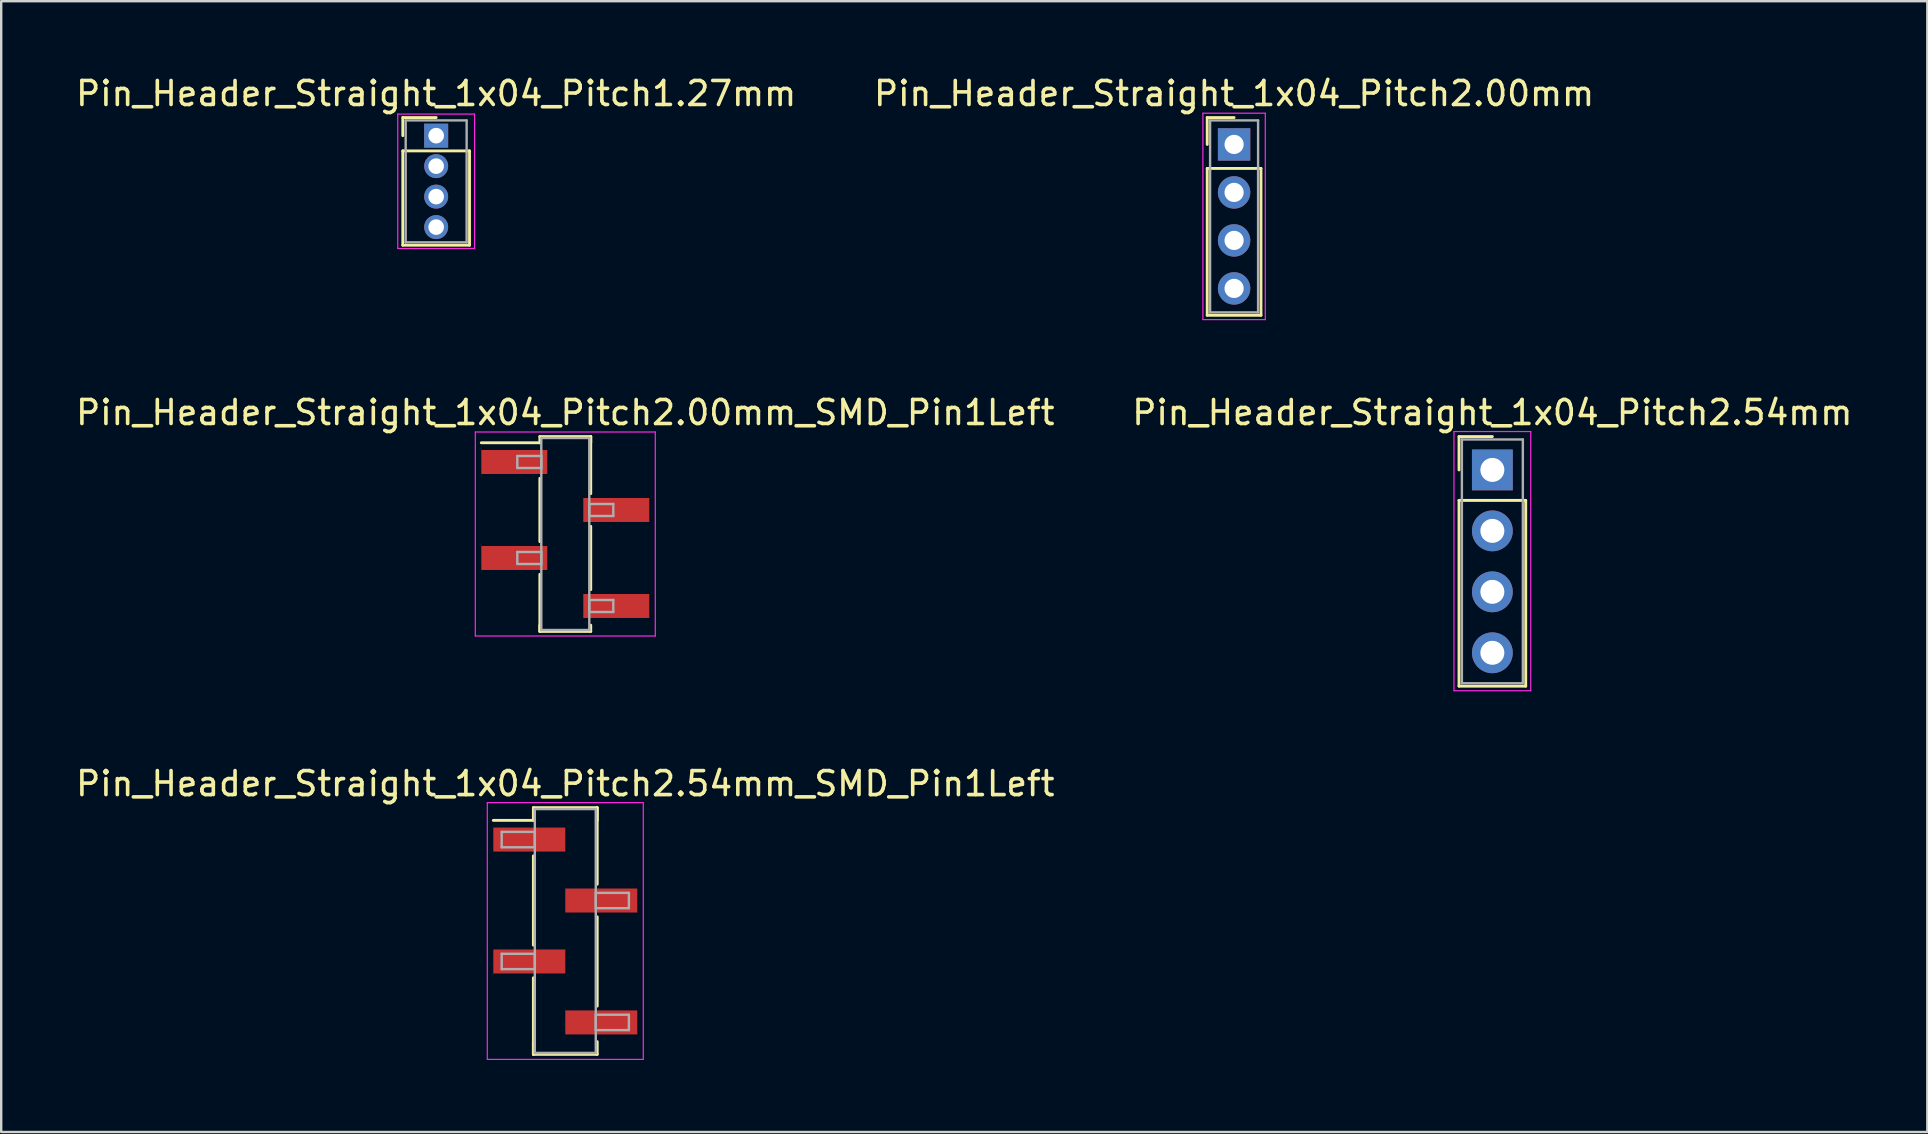
<source format=kicad_pcb>
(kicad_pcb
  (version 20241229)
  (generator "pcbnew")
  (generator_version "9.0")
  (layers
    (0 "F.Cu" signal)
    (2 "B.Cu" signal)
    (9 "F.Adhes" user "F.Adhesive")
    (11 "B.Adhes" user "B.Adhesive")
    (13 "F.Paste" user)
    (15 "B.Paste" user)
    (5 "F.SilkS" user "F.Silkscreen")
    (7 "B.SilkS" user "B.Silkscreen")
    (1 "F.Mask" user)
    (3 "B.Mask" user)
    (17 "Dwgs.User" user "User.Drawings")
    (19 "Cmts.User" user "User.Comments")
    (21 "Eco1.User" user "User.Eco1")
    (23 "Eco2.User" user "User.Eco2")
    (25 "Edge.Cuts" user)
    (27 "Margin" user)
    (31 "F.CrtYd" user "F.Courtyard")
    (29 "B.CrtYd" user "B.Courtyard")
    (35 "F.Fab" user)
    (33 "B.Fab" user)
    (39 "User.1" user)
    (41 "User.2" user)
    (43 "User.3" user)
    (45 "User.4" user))
  (footprint "Pin_Header_Straight_1x04_Pitch2.54mm_SMD_Pin1Left"
    (layer "F.Cu")
    (at 20.506 35.745)
    (property "Reference" "Pin_Header_Straight_1x04_Pitch2.54mm_SMD_Pin1Left" (at 0 -6.14 0) (layer "F.SilkS") (effects (font (size 1 1) (thickness 0.15))))
    (attr smd)
    (fp_line (start -1.33 -5.14) (end 1.33 -5.14) (stroke (width 0.12) (type solid)) (layer "F.SilkS"))
    (fp_line (start -1.33 -4.61) (end -3 -4.61) (stroke (width 0.12) (type solid)) (layer "F.SilkS"))
    (fp_line (start -1.33 -4.61) (end -1.33 -5.14) (stroke (width 0.12) (type solid)) (layer "F.SilkS"))
    (fp_line (start -1.33 -3.13) (end -1.33 0.59) (stroke (width 0.12) (type solid)) (layer "F.SilkS"))
    (fp_line (start -1.33 1.95) (end -1.33 5.14) (stroke (width 0.12) (type solid)) (layer "F.SilkS"))
    (fp_line (start -1.33 4.61) (end -1.33 5.14) (stroke (width 0.12) (type solid)) (layer "F.SilkS"))
    (fp_line (start -1.33 5.14) (end 1.33 5.14) (stroke (width 0.12) (type solid)) (layer "F.SilkS"))
    (fp_line (start 1.33 -5.14) (end 1.33 -4.61) (stroke (width 0.12) (type solid)) (layer "F.SilkS"))
    (fp_line (start 1.33 -5.14) (end 1.33 -1.95) (stroke (width 0.12) (type solid)) (layer "F.SilkS"))
    (fp_line (start 1.33 -0.59) (end 1.33 3.13) (stroke (width 0.12) (type solid)) (layer "F.SilkS"))
    (fp_line (start 1.33 5.14) (end 1.33 4.61) (stroke (width 0.12) (type solid)) (layer "F.SilkS"))
    (fp_line (start -3.25 -5.35) (end -3.25 5.35) (stroke (width 0.05) (type solid)) (layer "F.CrtYd"))
    (fp_line (start -3.25 5.35) (end 3.25 5.35) (stroke (width 0.05) (type solid)) (layer "F.CrtYd"))
    (fp_line (start 3.25 -5.35) (end -3.25 -5.35) (stroke (width 0.05) (type solid)) (layer "F.CrtYd"))
    (fp_line (start 3.25 5.35) (end 3.25 -5.35) (stroke (width 0.05) (type solid)) (layer "F.CrtYd"))
    (fp_line (start -2.65 -4.13) (end -1.27 -4.13) (stroke (width 0.1) (type solid)) (layer "F.Fab"))
    (fp_line (start -2.65 -3.49) (end -2.65 -4.13) (stroke (width 0.1) (type solid)) (layer "F.Fab"))
    (fp_line (start -2.65 0.95) (end -1.27 0.95) (stroke (width 0.1) (type solid)) (layer "F.Fab"))
    (fp_line (start -2.65 1.59) (end -2.65 0.95) (stroke (width 0.1) (type solid)) (layer "F.Fab"))
    (fp_line (start -1.27 -5.08) (end -1.27 5.08) (stroke (width 0.1) (type solid)) (layer "F.Fab"))
    (fp_line (start -1.27 -4.13) (end -1.27 -3.49) (stroke (width 0.1) (type solid)) (layer "F.Fab"))
    (fp_line (start -1.27 -3.49) (end -2.65 -3.49) (stroke (width 0.1) (type solid)) (layer "F.Fab"))
    (fp_line (start -1.27 0.95) (end -1.27 1.59) (stroke (width 0.1) (type solid)) (layer "F.Fab"))
    (fp_line (start -1.27 1.59) (end -2.65 1.59) (stroke (width 0.1) (type solid)) (layer "F.Fab"))
    (fp_line (start -1.27 5.08) (end 1.27 5.08) (stroke (width 0.1) (type solid)) (layer "F.Fab"))
    (fp_line (start 1.27 -5.08) (end -1.27 -5.08) (stroke (width 0.1) (type solid)) (layer "F.Fab"))
    (fp_line (start 1.27 -1.59) (end 1.27 -0.95) (stroke (width 0.1) (type solid)) (layer "F.Fab"))
    (fp_line (start 1.27 -0.95) (end 2.65 -0.95) (stroke (width 0.1) (type solid)) (layer "F.Fab"))
    (fp_line (start 1.27 3.49) (end 1.27 4.13) (stroke (width 0.1) (type solid)) (layer "F.Fab"))
    (fp_line (start 1.27 4.13) (end 2.65 4.13) (stroke (width 0.1) (type solid)) (layer "F.Fab"))
    (fp_line (start 1.27 5.08) (end 1.27 -5.08) (stroke (width 0.1) (type solid)) (layer "F.Fab"))
    (fp_line (start 2.65 -1.59) (end 1.27 -1.59) (stroke (width 0.1) (type solid)) (layer "F.Fab"))
    (fp_line (start 2.65 -0.95) (end 2.65 -1.59) (stroke (width 0.1) (type solid)) (layer "F.Fab"))
    (fp_line (start 2.65 3.49) (end 1.27 3.49) (stroke (width 0.1) (type solid)) (layer "F.Fab"))
    (fp_line (start 2.65 4.13) (end 2.65 3.49) (stroke (width 0.1) (type solid)) (layer "F.Fab"))
    (pad "1" smd rect (at -1.5 -3.81) (size 3 1) (layers "F.Cu" "F.Mask"))
    (pad "2" smd rect (at 1.5 -1.27) (size 3 1) (layers "F.Cu" "F.Mask"))
    (pad "3" smd rect (at -1.5 1.27) (size 3 1) (layers "F.Cu" "F.Mask"))
    (pad "4" smd rect (at 1.5 3.81) (size 3 1) (layers "F.Cu" "F.Mask")))
  (footprint "Pin_Header_Straight_1x04_Pitch2.00mm_SMD_Pin1Left"
    (layer "F.Cu")
    (at 20.506 19.201)
    (property "Reference" "Pin_Header_Straight_1x04_Pitch2.00mm_SMD_Pin1Left" (at 0 -5.06 0) (layer "F.SilkS") (effects (font (size 1 1) (thickness 0.15))))
    (attr smd)
    (fp_line (start -1.06 -4.06) (end 1.06 -4.06) (stroke (width 0.12) (type solid)) (layer "F.SilkS"))
    (fp_line (start -1.06 -3.8) (end -3.5 -3.8) (stroke (width 0.12) (type solid)) (layer "F.SilkS"))
    (fp_line (start -1.06 -3.8) (end -1.06 -4.06) (stroke (width 0.12) (type solid)) (layer "F.SilkS"))
    (fp_line (start -1.06 -2.32) (end -1.06 0.32) (stroke (width 0.12) (type solid)) (layer "F.SilkS"))
    (fp_line (start -1.06 1.68) (end -1.06 4.06) (stroke (width 0.12) (type solid)) (layer "F.SilkS"))
    (fp_line (start -1.06 3.8) (end -1.06 4.06) (stroke (width 0.12) (type solid)) (layer "F.SilkS"))
    (fp_line (start -1.06 4.06) (end 1.06 4.06) (stroke (width 0.12) (type solid)) (layer "F.SilkS"))
    (fp_line (start 1.06 -4.06) (end 1.06 -3.8) (stroke (width 0.12) (type solid)) (layer "F.SilkS"))
    (fp_line (start 1.06 -4.06) (end 1.06 -1.68) (stroke (width 0.12) (type solid)) (layer "F.SilkS"))
    (fp_line (start 1.06 -0.32) (end 1.06 2.32) (stroke (width 0.12) (type solid)) (layer "F.SilkS"))
    (fp_line (start 1.06 4.06) (end 1.06 3.8) (stroke (width 0.12) (type solid)) (layer "F.SilkS"))
    (fp_line (start -3.75 -4.25) (end -3.75 4.25) (stroke (width 0.05) (type solid)) (layer "F.CrtYd"))
    (fp_line (start -3.75 4.25) (end 3.75 4.25) (stroke (width 0.05) (type solid)) (layer "F.CrtYd"))
    (fp_line (start 3.75 -4.25) (end -3.75 -4.25) (stroke (width 0.05) (type solid)) (layer "F.CrtYd"))
    (fp_line (start 3.75 4.25) (end 3.75 -4.25) (stroke (width 0.05) (type solid)) (layer "F.CrtYd"))
    (fp_line (start -2 -3.25) (end -1 -3.25) (stroke (width 0.1) (type solid)) (layer "F.Fab"))
    (fp_line (start -2 -2.75) (end -2 -3.25) (stroke (width 0.1) (type solid)) (layer "F.Fab"))
    (fp_line (start -2 0.75) (end -1 0.75) (stroke (width 0.1) (type solid)) (layer "F.Fab"))
    (fp_line (start -2 1.25) (end -2 0.75) (stroke (width 0.1) (type solid)) (layer "F.Fab"))
    (fp_line (start -1 -4) (end -1 4) (stroke (width 0.1) (type solid)) (layer "F.Fab"))
    (fp_line (start -1 -3.25) (end -1 -2.75) (stroke (width 0.1) (type solid)) (layer "F.Fab"))
    (fp_line (start -1 -2.75) (end -2 -2.75) (stroke (width 0.1) (type solid)) (layer "F.Fab"))
    (fp_line (start -1 0.75) (end -1 1.25) (stroke (width 0.1) (type solid)) (layer "F.Fab"))
    (fp_line (start -1 1.25) (end -2 1.25) (stroke (width 0.1) (type solid)) (layer "F.Fab"))
    (fp_line (start -1 4) (end 1 4) (stroke (width 0.1) (type solid)) (layer "F.Fab"))
    (fp_line (start 1 -4) (end -1 -4) (stroke (width 0.1) (type solid)) (layer "F.Fab"))
    (fp_line (start 1 -1.25) (end 1 -0.75) (stroke (width 0.1) (type solid)) (layer "F.Fab"))
    (fp_line (start 1 -0.75) (end 2 -0.75) (stroke (width 0.1) (type solid)) (layer "F.Fab"))
    (fp_line (start 1 2.75) (end 1 3.25) (stroke (width 0.1) (type solid)) (layer "F.Fab"))
    (fp_line (start 1 3.25) (end 2 3.25) (stroke (width 0.1) (type solid)) (layer "F.Fab"))
    (fp_line (start 1 4) (end 1 -4) (stroke (width 0.1) (type solid)) (layer "F.Fab"))
    (fp_line (start 2 -1.25) (end 1 -1.25) (stroke (width 0.1) (type solid)) (layer "F.Fab"))
    (fp_line (start 2 -0.75) (end 2 -1.25) (stroke (width 0.1) (type solid)) (layer "F.Fab"))
    (fp_line (start 2 2.75) (end 1 2.75) (stroke (width 0.1) (type solid)) (layer "F.Fab"))
    (fp_line (start 2 3.25) (end 2 2.75) (stroke (width 0.1) (type solid)) (layer "F.Fab"))
    (pad "1" smd rect (at -2.125 -3) (size 2.75 1) (layers "F.Cu" "F.Mask"))
    (pad "2" smd rect (at 2.125 -1) (size 2.75 1) (layers "F.Cu" "F.Mask"))
    (pad "3" smd rect (at -2.125 1) (size 2.75 1) (layers "F.Cu" "F.Mask"))
    (pad "4" smd rect (at 2.125 3) (size 2.75 1) (layers "F.Cu" "F.Mask")))
  (footprint "Pin_Header_Straight_1x04_Pitch2.00mm"
    (layer "F.Cu")
    (at 48.375 2.968)
    (property "Reference" "Pin_Header_Straight_1x04_Pitch2.00mm" (at 0 -2.12 0) (layer "F.SilkS") (effects (font (size 1 1) (thickness 0.15))))
    (attr through_hole)
    (fp_line (start -1.12 -1.12) (end 0 -1.12) (stroke (width 0.12) (type solid)) (layer "F.SilkS"))
    (fp_line (start -1.12 0) (end -1.12 -1.12) (stroke (width 0.12) (type solid)) (layer "F.SilkS"))
    (fp_line (start -1.12 1) (end -1.12 7.12) (stroke (width 0.12) (type solid)) (layer "F.SilkS"))
    (fp_line (start -1.12 7.12) (end 1.12 7.12) (stroke (width 0.12) (type solid)) (layer "F.SilkS"))
    (fp_line (start 1.12 1) (end -1.12 1) (stroke (width 0.12) (type solid)) (layer "F.SilkS"))
    (fp_line (start 1.12 7.12) (end 1.12 1) (stroke (width 0.12) (type solid)) (layer "F.SilkS"))
    (fp_line (start -1.3 -1.3) (end -1.3 7.3) (stroke (width 0.05) (type solid)) (layer "F.CrtYd"))
    (fp_line (start -1.3 7.3) (end 1.3 7.3) (stroke (width 0.05) (type solid)) (layer "F.CrtYd"))
    (fp_line (start 1.3 -1.3) (end -1.3 -1.3) (stroke (width 0.05) (type solid)) (layer "F.CrtYd"))
    (fp_line (start 1.3 7.3) (end 1.3 -1.3) (stroke (width 0.05) (type solid)) (layer "F.CrtYd"))
    (fp_line (start -1 -1) (end -1 7) (stroke (width 0.1) (type solid)) (layer "F.Fab"))
    (fp_line (start -1 7) (end 1 7) (stroke (width 0.1) (type solid)) (layer "F.Fab"))
    (fp_line (start 1 -1) (end -1 -1) (stroke (width 0.1) (type solid)) (layer "F.Fab"))
    (fp_line (start 1 7) (end 1 -1) (stroke (width 0.1) (type solid)) (layer "F.Fab"))
    (pad "1" thru_hole rect (at 0 0) (size 1.35 1.35) (drill 0.8) (layers "*.Cu" "*.Mask"))
    (pad "2" thru_hole oval (at 0 2) (size 1.35 1.35) (drill 0.8) (layers "*.Cu" "*.Mask"))
    (pad "3" thru_hole oval (at 0 4) (size 1.35 1.35) (drill 0.8) (layers "*.Cu" "*.Mask"))
    (pad "4" thru_hole oval (at 0 6) (size 1.35 1.35) (drill 0.8) (layers "*.Cu" "*.Mask")))
  (footprint "Pin_Header_Straight_1x04_Pitch2.54mm"
    (layer "F.Cu")
    (at 59.137 16.532)
    (property "Reference" "Pin_Header_Straight_1x04_Pitch2.54mm" (at 0 -2.39 0) (layer "F.SilkS") (effects (font (size 1 1) (thickness 0.15))))
    (attr through_hole)
    (fp_line (start -1.39 -1.39) (end 0 -1.39) (stroke (width 0.12) (type solid)) (layer "F.SilkS"))
    (fp_line (start -1.39 0) (end -1.39 -1.39) (stroke (width 0.12) (type solid)) (layer "F.SilkS"))
    (fp_line (start -1.39 1.27) (end -1.39 9.01) (stroke (width 0.12) (type solid)) (layer "F.SilkS"))
    (fp_line (start -1.39 9.01) (end 1.39 9.01) (stroke (width 0.12) (type solid)) (layer "F.SilkS"))
    (fp_line (start 1.39 1.27) (end -1.39 1.27) (stroke (width 0.12) (type solid)) (layer "F.SilkS"))
    (fp_line (start 1.39 9.01) (end 1.39 1.27) (stroke (width 0.12) (type solid)) (layer "F.SilkS"))
    (fp_line (start -1.6 -1.6) (end -1.6 9.2) (stroke (width 0.05) (type solid)) (layer "F.CrtYd"))
    (fp_line (start -1.6 9.2) (end 1.6 9.2) (stroke (width 0.05) (type solid)) (layer "F.CrtYd"))
    (fp_line (start 1.6 -1.6) (end -1.6 -1.6) (stroke (width 0.05) (type solid)) (layer "F.CrtYd"))
    (fp_line (start 1.6 9.2) (end 1.6 -1.6) (stroke (width 0.05) (type solid)) (layer "F.CrtYd"))
    (fp_line (start -1.27 -1.27) (end -1.27 8.89) (stroke (width 0.1) (type solid)) (layer "F.Fab"))
    (fp_line (start -1.27 8.89) (end 1.27 8.89) (stroke (width 0.1) (type solid)) (layer "F.Fab"))
    (fp_line (start 1.27 -1.27) (end -1.27 -1.27) (stroke (width 0.1) (type solid)) (layer "F.Fab"))
    (fp_line (start 1.27 8.89) (end 1.27 -1.27) (stroke (width 0.1) (type solid)) (layer "F.Fab"))
    (pad "1" thru_hole rect (at 0 0) (size 1.7 1.7) (drill 1) (layers "*.Cu" "*.Mask"))
    (pad "2" thru_hole oval (at 0 2.54) (size 1.7 1.7) (drill 1) (layers "*.Cu" "*.Mask"))
    (pad "3" thru_hole oval (at 0 5.08) (size 1.7 1.7) (drill 1) (layers "*.Cu" "*.Mask"))
    (pad "4" thru_hole oval (at 0 7.62) (size 1.7 1.7) (drill 1) (layers "*.Cu" "*.Mask")))
  (footprint "Pin_Header_Straight_1x04_Pitch1.27mm"
    (layer "F.Cu")
    (at 15.125 2.603)
    (property "Reference" "Pin_Header_Straight_1x04_Pitch1.27mm" (at 0 -1.755 0) (layer "F.SilkS") (effects (font (size 1 1) (thickness 0.15))))
    (attr through_hole)
    (fp_line (start -1.39 -0.755) (end 0 -0.755) (stroke (width 0.12) (type solid)) (layer "F.SilkS"))
    (fp_line (start -1.39 0) (end -1.39 -0.755) (stroke (width 0.12) (type solid)) (layer "F.SilkS"))
    (fp_line (start -1.39 0.635) (end -1.39 4.565) (stroke (width 0.12) (type solid)) (layer "F.SilkS"))
    (fp_line (start -1.39 4.565) (end 1.39 4.565) (stroke (width 0.12) (type solid)) (layer "F.SilkS"))
    (fp_line (start 1.39 0.635) (end -1.39 0.635) (stroke (width 0.12) (type solid)) (layer "F.SilkS"))
    (fp_line (start 1.39 4.565) (end 1.39 0.635) (stroke (width 0.12) (type solid)) (layer "F.SilkS"))
    (fp_line (start -1.6 -0.9) (end -1.6 4.7) (stroke (width 0.05) (type solid)) (layer "F.CrtYd"))
    (fp_line (start -1.6 4.7) (end 1.6 4.7) (stroke (width 0.05) (type solid)) (layer "F.CrtYd"))
    (fp_line (start 1.6 -0.9) (end -1.6 -0.9) (stroke (width 0.05) (type solid)) (layer "F.CrtYd"))
    (fp_line (start 1.6 4.7) (end 1.6 -0.9) (stroke (width 0.05) (type solid)) (layer "F.CrtYd"))
    (fp_line (start -1.27 -0.635) (end -1.27 4.445) (stroke (width 0.1) (type solid)) (layer "F.Fab"))
    (fp_line (start -1.27 4.445) (end 1.27 4.445) (stroke (width 0.1) (type solid)) (layer "F.Fab"))
    (fp_line (start 1.27 -0.635) (end -1.27 -0.635) (stroke (width 0.1) (type solid)) (layer "F.Fab"))
    (fp_line (start 1.27 4.445) (end 1.27 -0.635) (stroke (width 0.1) (type solid)) (layer "F.Fab"))
    (pad "1" thru_hole rect (at 0 0) (size 1 1) (drill 0.65) (layers "*.Cu" "*.Mask"))
    (pad "2" thru_hole oval (at 0 1.27) (size 1 1) (drill 0.65) (layers "*.Cu" "*.Mask"))
    (pad "3" thru_hole oval (at 0 2.54) (size 1 1) (drill 0.65) (layers "*.Cu" "*.Mask"))
    (pad "4" thru_hole oval (at 0 3.81) (size 1 1) (drill 0.65) (layers "*.Cu" "*.Mask")))
  (gr_rect
    (start -3 -3)
    (end 77.262 44.12)
    (stroke (width 0.1) (type default))
    (fill no)
    (layer "Edge.Cuts")))
</source>
